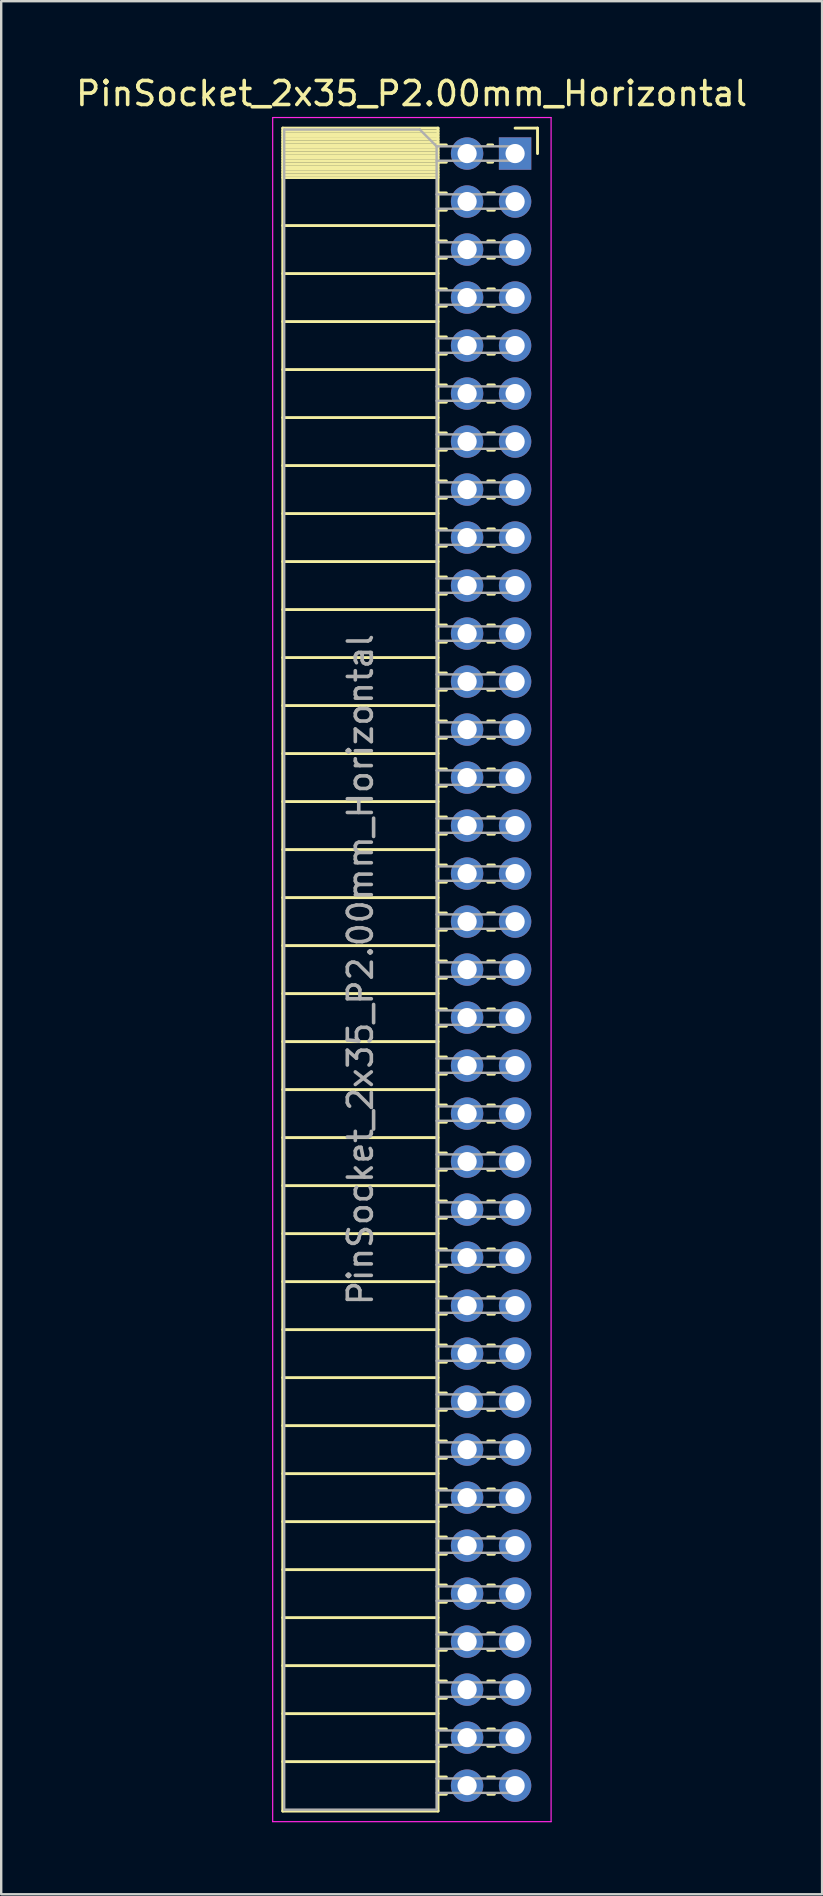
<source format=kicad_pcb>
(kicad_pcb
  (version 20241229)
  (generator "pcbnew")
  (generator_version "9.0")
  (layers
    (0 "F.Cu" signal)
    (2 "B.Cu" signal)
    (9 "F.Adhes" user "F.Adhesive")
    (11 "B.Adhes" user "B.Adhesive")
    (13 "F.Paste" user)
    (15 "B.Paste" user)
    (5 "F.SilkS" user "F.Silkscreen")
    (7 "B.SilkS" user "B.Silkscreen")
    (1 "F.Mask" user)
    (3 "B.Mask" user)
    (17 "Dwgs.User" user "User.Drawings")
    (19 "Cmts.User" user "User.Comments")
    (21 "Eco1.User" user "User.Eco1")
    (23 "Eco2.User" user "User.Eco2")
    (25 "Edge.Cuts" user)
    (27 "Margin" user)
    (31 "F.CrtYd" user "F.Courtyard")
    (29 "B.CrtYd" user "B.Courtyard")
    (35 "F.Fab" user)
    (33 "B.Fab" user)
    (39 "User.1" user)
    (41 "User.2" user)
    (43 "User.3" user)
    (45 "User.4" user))
  (footprint "PinSocket_2x35_P2.00mm_Horizontal"
    (layer "F.Cu")
    (at 18.411 3.348)
    (property "Reference" "PinSocket_2x35_P2.00mm_Horizontal" (at -4.31 -2.5 0) (layer "F.SilkS") (effects (font (size 1 1) (thickness 0.15))))
    (attr through_hole)
    (fp_line (start -9.68 -1.06) (end -9.68 69.06) (stroke (width 0.12) (type solid)) (layer "F.SilkS"))
    (fp_line (start -9.68 -1.06) (end -3.21 -1.06) (stroke (width 0.12) (type solid)) (layer "F.SilkS"))
    (fp_line (start -9.68 -0.94) (end -3.21 -0.94) (stroke (width 0.12) (type solid)) (layer "F.SilkS"))
    (fp_line (start -9.68 -0.826) (end -3.21 -0.826) (stroke (width 0.12) (type solid)) (layer "F.SilkS"))
    (fp_line (start -9.68 -0.712) (end -3.21 -0.712) (stroke (width 0.12) (type solid)) (layer "F.SilkS"))
    (fp_line (start -9.68 -0.598) (end -3.21 -0.598) (stroke (width 0.12) (type solid)) (layer "F.SilkS"))
    (fp_line (start -9.68 -0.484) (end -3.21 -0.484) (stroke (width 0.12) (type solid)) (layer "F.SilkS"))
    (fp_line (start -9.68 -0.369) (end -3.21 -0.369) (stroke (width 0.12) (type solid)) (layer "F.SilkS"))
    (fp_line (start -9.68 -0.255) (end -3.21 -0.255) (stroke (width 0.12) (type solid)) (layer "F.SilkS"))
    (fp_line (start -9.68 -0.141) (end -3.21 -0.141) (stroke (width 0.12) (type solid)) (layer "F.SilkS"))
    (fp_line (start -9.68 -0.027) (end -3.21 -0.027) (stroke (width 0.12) (type solid)) (layer "F.SilkS"))
    (fp_line (start -9.68 0.087) (end -3.21 0.087) (stroke (width 0.12) (type solid)) (layer "F.SilkS"))
    (fp_line (start -9.68 0.201) (end -3.21 0.201) (stroke (width 0.12) (type solid)) (layer "F.SilkS"))
    (fp_line (start -9.68 0.315) (end -3.21 0.315) (stroke (width 0.12) (type solid)) (layer "F.SilkS"))
    (fp_line (start -9.68 0.429) (end -3.21 0.429) (stroke (width 0.12) (type solid)) (layer "F.SilkS"))
    (fp_line (start -9.68 0.544) (end -3.21 0.544) (stroke (width 0.12) (type solid)) (layer "F.SilkS"))
    (fp_line (start -9.68 0.658) (end -3.21 0.658) (stroke (width 0.12) (type solid)) (layer "F.SilkS"))
    (fp_line (start -9.68 0.772) (end -3.21 0.772) (stroke (width 0.12) (type solid)) (layer "F.SilkS"))
    (fp_line (start -9.68 0.886) (end -3.21 0.886) (stroke (width 0.12) (type solid)) (layer "F.SilkS"))
    (fp_line (start -9.68 1) (end -3.21 1) (stroke (width 0.12) (type solid)) (layer "F.SilkS"))
    (fp_line (start -9.68 3) (end -3.21 3) (stroke (width 0.12) (type solid)) (layer "F.SilkS"))
    (fp_line (start -9.68 5) (end -3.21 5) (stroke (width 0.12) (type solid)) (layer "F.SilkS"))
    (fp_line (start -9.68 7) (end -3.21 7) (stroke (width 0.12) (type solid)) (layer "F.SilkS"))
    (fp_line (start -9.68 9) (end -3.21 9) (stroke (width 0.12) (type solid)) (layer "F.SilkS"))
    (fp_line (start -9.68 11) (end -3.21 11) (stroke (width 0.12) (type solid)) (layer "F.SilkS"))
    (fp_line (start -9.68 13) (end -3.21 13) (stroke (width 0.12) (type solid)) (layer "F.SilkS"))
    (fp_line (start -9.68 15) (end -3.21 15) (stroke (width 0.12) (type solid)) (layer "F.SilkS"))
    (fp_line (start -9.68 17) (end -3.21 17) (stroke (width 0.12) (type solid)) (layer "F.SilkS"))
    (fp_line (start -9.68 19) (end -3.21 19) (stroke (width 0.12) (type solid)) (layer "F.SilkS"))
    (fp_line (start -9.68 21) (end -3.21 21) (stroke (width 0.12) (type solid)) (layer "F.SilkS"))
    (fp_line (start -9.68 23) (end -3.21 23) (stroke (width 0.12) (type solid)) (layer "F.SilkS"))
    (fp_line (start -9.68 25) (end -3.21 25) (stroke (width 0.12) (type solid)) (layer "F.SilkS"))
    (fp_line (start -9.68 27) (end -3.21 27) (stroke (width 0.12) (type solid)) (layer "F.SilkS"))
    (fp_line (start -9.68 29) (end -3.21 29) (stroke (width 0.12) (type solid)) (layer "F.SilkS"))
    (fp_line (start -9.68 31) (end -3.21 31) (stroke (width 0.12) (type solid)) (layer "F.SilkS"))
    (fp_line (start -9.68 33) (end -3.21 33) (stroke (width 0.12) (type solid)) (layer "F.SilkS"))
    (fp_line (start -9.68 35) (end -3.21 35) (stroke (width 0.12) (type solid)) (layer "F.SilkS"))
    (fp_line (start -9.68 37) (end -3.21 37) (stroke (width 0.12) (type solid)) (layer "F.SilkS"))
    (fp_line (start -9.68 39) (end -3.21 39) (stroke (width 0.12) (type solid)) (layer "F.SilkS"))
    (fp_line (start -9.68 41) (end -3.21 41) (stroke (width 0.12) (type solid)) (layer "F.SilkS"))
    (fp_line (start -9.68 43) (end -3.21 43) (stroke (width 0.12) (type solid)) (layer "F.SilkS"))
    (fp_line (start -9.68 45) (end -3.21 45) (stroke (width 0.12) (type solid)) (layer "F.SilkS"))
    (fp_line (start -9.68 47) (end -3.21 47) (stroke (width 0.12) (type solid)) (layer "F.SilkS"))
    (fp_line (start -9.68 49) (end -3.21 49) (stroke (width 0.12) (type solid)) (layer "F.SilkS"))
    (fp_line (start -9.68 51) (end -3.21 51) (stroke (width 0.12) (type solid)) (layer "F.SilkS"))
    (fp_line (start -9.68 53) (end -3.21 53) (stroke (width 0.12) (type solid)) (layer "F.SilkS"))
    (fp_line (start -9.68 55) (end -3.21 55) (stroke (width 0.12) (type solid)) (layer "F.SilkS"))
    (fp_line (start -9.68 57) (end -3.21 57) (stroke (width 0.12) (type solid)) (layer "F.SilkS"))
    (fp_line (start -9.68 59) (end -3.21 59) (stroke (width 0.12) (type solid)) (layer "F.SilkS"))
    (fp_line (start -9.68 61) (end -3.21 61) (stroke (width 0.12) (type solid)) (layer "F.SilkS"))
    (fp_line (start -9.68 63) (end -3.21 63) (stroke (width 0.12) (type solid)) (layer "F.SilkS"))
    (fp_line (start -9.68 65) (end -3.21 65) (stroke (width 0.12) (type solid)) (layer "F.SilkS"))
    (fp_line (start -9.68 67) (end -3.21 67) (stroke (width 0.12) (type solid)) (layer "F.SilkS"))
    (fp_line (start -9.68 69.06) (end -3.21 69.06) (stroke (width 0.12) (type solid)) (layer "F.SilkS"))
    (fp_line (start -3.21 -1.06) (end -3.21 69.06) (stroke (width 0.12) (type solid)) (layer "F.SilkS"))
    (fp_line (start -3.21 -0.36) (end -2.863 -0.36) (stroke (width 0.12) (type solid)) (layer "F.SilkS"))
    (fp_line (start -3.21 0.36) (end -2.863 0.36) (stroke (width 0.12) (type solid)) (layer "F.SilkS"))
    (fp_line (start -3.21 1.64) (end -2.863 1.64) (stroke (width 0.12) (type solid)) (layer "F.SilkS"))
    (fp_line (start -3.21 2.36) (end -2.863 2.36) (stroke (width 0.12) (type solid)) (layer "F.SilkS"))
    (fp_line (start -3.21 3.64) (end -2.863 3.64) (stroke (width 0.12) (type solid)) (layer "F.SilkS"))
    (fp_line (start -3.21 4.36) (end -2.863 4.36) (stroke (width 0.12) (type solid)) (layer "F.SilkS"))
    (fp_line (start -3.21 5.64) (end -2.863 5.64) (stroke (width 0.12) (type solid)) (layer "F.SilkS"))
    (fp_line (start -3.21 6.36) (end -2.863 6.36) (stroke (width 0.12) (type solid)) (layer "F.SilkS"))
    (fp_line (start -3.21 7.64) (end -2.863 7.64) (stroke (width 0.12) (type solid)) (layer "F.SilkS"))
    (fp_line (start -3.21 8.36) (end -2.863 8.36) (stroke (width 0.12) (type solid)) (layer "F.SilkS"))
    (fp_line (start -3.21 9.64) (end -2.863 9.64) (stroke (width 0.12) (type solid)) (layer "F.SilkS"))
    (fp_line (start -3.21 10.36) (end -2.863 10.36) (stroke (width 0.12) (type solid)) (layer "F.SilkS"))
    (fp_line (start -3.21 11.64) (end -2.863 11.64) (stroke (width 0.12) (type solid)) (layer "F.SilkS"))
    (fp_line (start -3.21 12.36) (end -2.863 12.36) (stroke (width 0.12) (type solid)) (layer "F.SilkS"))
    (fp_line (start -3.21 13.64) (end -2.863 13.64) (stroke (width 0.12) (type solid)) (layer "F.SilkS"))
    (fp_line (start -3.21 14.36) (end -2.863 14.36) (stroke (width 0.12) (type solid)) (layer "F.SilkS"))
    (fp_line (start -3.21 15.64) (end -2.863 15.64) (stroke (width 0.12) (type solid)) (layer "F.SilkS"))
    (fp_line (start -3.21 16.36) (end -2.863 16.36) (stroke (width 0.12) (type solid)) (layer "F.SilkS"))
    (fp_line (start -3.21 17.64) (end -2.863 17.64) (stroke (width 0.12) (type solid)) (layer "F.SilkS"))
    (fp_line (start -3.21 18.36) (end -2.863 18.36) (stroke (width 0.12) (type solid)) (layer "F.SilkS"))
    (fp_line (start -3.21 19.64) (end -2.863 19.64) (stroke (width 0.12) (type solid)) (layer "F.SilkS"))
    (fp_line (start -3.21 20.36) (end -2.863 20.36) (stroke (width 0.12) (type solid)) (layer "F.SilkS"))
    (fp_line (start -3.21 21.64) (end -2.863 21.64) (stroke (width 0.12) (type solid)) (layer "F.SilkS"))
    (fp_line (start -3.21 22.36) (end -2.863 22.36) (stroke (width 0.12) (type solid)) (layer "F.SilkS"))
    (fp_line (start -3.21 23.64) (end -2.863 23.64) (stroke (width 0.12) (type solid)) (layer "F.SilkS"))
    (fp_line (start -3.21 24.36) (end -2.863 24.36) (stroke (width 0.12) (type solid)) (layer "F.SilkS"))
    (fp_line (start -3.21 25.64) (end -2.863 25.64) (stroke (width 0.12) (type solid)) (layer "F.SilkS"))
    (fp_line (start -3.21 26.36) (end -2.863 26.36) (stroke (width 0.12) (type solid)) (layer "F.SilkS"))
    (fp_line (start -3.21 27.64) (end -2.863 27.64) (stroke (width 0.12) (type solid)) (layer "F.SilkS"))
    (fp_line (start -3.21 28.36) (end -2.863 28.36) (stroke (width 0.12) (type solid)) (layer "F.SilkS"))
    (fp_line (start -3.21 29.64) (end -2.863 29.64) (stroke (width 0.12) (type solid)) (layer "F.SilkS"))
    (fp_line (start -3.21 30.36) (end -2.863 30.36) (stroke (width 0.12) (type solid)) (layer "F.SilkS"))
    (fp_line (start -3.21 31.64) (end -2.863 31.64) (stroke (width 0.12) (type solid)) (layer "F.SilkS"))
    (fp_line (start -3.21 32.36) (end -2.863 32.36) (stroke (width 0.12) (type solid)) (layer "F.SilkS"))
    (fp_line (start -3.21 33.64) (end -2.863 33.64) (stroke (width 0.12) (type solid)) (layer "F.SilkS"))
    (fp_line (start -3.21 34.36) (end -2.863 34.36) (stroke (width 0.12) (type solid)) (layer "F.SilkS"))
    (fp_line (start -3.21 35.64) (end -2.863 35.64) (stroke (width 0.12) (type solid)) (layer "F.SilkS"))
    (fp_line (start -3.21 36.36) (end -2.863 36.36) (stroke (width 0.12) (type solid)) (layer "F.SilkS"))
    (fp_line (start -3.21 37.64) (end -2.863 37.64) (stroke (width 0.12) (type solid)) (layer "F.SilkS"))
    (fp_line (start -3.21 38.36) (end -2.863 38.36) (stroke (width 0.12) (type solid)) (layer "F.SilkS"))
    (fp_line (start -3.21 39.64) (end -2.863 39.64) (stroke (width 0.12) (type solid)) (layer "F.SilkS"))
    (fp_line (start -3.21 40.36) (end -2.863 40.36) (stroke (width 0.12) (type solid)) (layer "F.SilkS"))
    (fp_line (start -3.21 41.64) (end -2.863 41.64) (stroke (width 0.12) (type solid)) (layer "F.SilkS"))
    (fp_line (start -3.21 42.36) (end -2.863 42.36) (stroke (width 0.12) (type solid)) (layer "F.SilkS"))
    (fp_line (start -3.21 43.64) (end -2.863 43.64) (stroke (width 0.12) (type solid)) (layer "F.SilkS"))
    (fp_line (start -3.21 44.36) (end -2.863 44.36) (stroke (width 0.12) (type solid)) (layer "F.SilkS"))
    (fp_line (start -3.21 45.64) (end -2.863 45.64) (stroke (width 0.12) (type solid)) (layer "F.SilkS"))
    (fp_line (start -3.21 46.36) (end -2.863 46.36) (stroke (width 0.12) (type solid)) (layer "F.SilkS"))
    (fp_line (start -3.21 47.64) (end -2.863 47.64) (stroke (width 0.12) (type solid)) (layer "F.SilkS"))
    (fp_line (start -3.21 48.36) (end -2.863 48.36) (stroke (width 0.12) (type solid)) (layer "F.SilkS"))
    (fp_line (start -3.21 49.64) (end -2.863 49.64) (stroke (width 0.12) (type solid)) (layer "F.SilkS"))
    (fp_line (start -3.21 50.36) (end -2.863 50.36) (stroke (width 0.12) (type solid)) (layer "F.SilkS"))
    (fp_line (start -3.21 51.64) (end -2.863 51.64) (stroke (width 0.12) (type solid)) (layer "F.SilkS"))
    (fp_line (start -3.21 52.36) (end -2.863 52.36) (stroke (width 0.12) (type solid)) (layer "F.SilkS"))
    (fp_line (start -3.21 53.64) (end -2.863 53.64) (stroke (width 0.12) (type solid)) (layer "F.SilkS"))
    (fp_line (start -3.21 54.36) (end -2.863 54.36) (stroke (width 0.12) (type solid)) (layer "F.SilkS"))
    (fp_line (start -3.21 55.64) (end -2.863 55.64) (stroke (width 0.12) (type solid)) (layer "F.SilkS"))
    (fp_line (start -3.21 56.36) (end -2.863 56.36) (stroke (width 0.12) (type solid)) (layer "F.SilkS"))
    (fp_line (start -3.21 57.64) (end -2.863 57.64) (stroke (width 0.12) (type solid)) (layer "F.SilkS"))
    (fp_line (start -3.21 58.36) (end -2.863 58.36) (stroke (width 0.12) (type solid)) (layer "F.SilkS"))
    (fp_line (start -3.21 59.64) (end -2.863 59.64) (stroke (width 0.12) (type solid)) (layer "F.SilkS"))
    (fp_line (start -3.21 60.36) (end -2.863 60.36) (stroke (width 0.12) (type solid)) (layer "F.SilkS"))
    (fp_line (start -3.21 61.64) (end -2.863 61.64) (stroke (width 0.12) (type solid)) (layer "F.SilkS"))
    (fp_line (start -3.21 62.36) (end -2.863 62.36) (stroke (width 0.12) (type solid)) (layer "F.SilkS"))
    (fp_line (start -3.21 63.64) (end -2.863 63.64) (stroke (width 0.12) (type solid)) (layer "F.SilkS"))
    (fp_line (start -3.21 64.36) (end -2.863 64.36) (stroke (width 0.12) (type solid)) (layer "F.SilkS"))
    (fp_line (start -3.21 65.64) (end -2.863 65.64) (stroke (width 0.12) (type solid)) (layer "F.SilkS"))
    (fp_line (start -3.21 66.36) (end -2.863 66.36) (stroke (width 0.12) (type solid)) (layer "F.SilkS"))
    (fp_line (start -3.21 67.64) (end -2.863 67.64) (stroke (width 0.12) (type solid)) (layer "F.SilkS"))
    (fp_line (start -3.21 68.36) (end -2.863 68.36) (stroke (width 0.12) (type solid)) (layer "F.SilkS"))
    (fp_line (start -1.137 -0.36) (end -0.935 -0.36) (stroke (width 0.12) (type solid)) (layer "F.SilkS"))
    (fp_line (start -1.137 0.36) (end -0.935 0.36) (stroke (width 0.12) (type solid)) (layer "F.SilkS"))
    (fp_line (start -1.137 1.64) (end -0.863 1.64) (stroke (width 0.12) (type solid)) (layer "F.SilkS"))
    (fp_line (start -1.137 2.36) (end -0.863 2.36) (stroke (width 0.12) (type solid)) (layer "F.SilkS"))
    (fp_line (start -1.137 3.64) (end -0.863 3.64) (stroke (width 0.12) (type solid)) (layer "F.SilkS"))
    (fp_line (start -1.137 4.36) (end -0.863 4.36) (stroke (width 0.12) (type solid)) (layer "F.SilkS"))
    (fp_line (start -1.137 5.64) (end -0.863 5.64) (stroke (width 0.12) (type solid)) (layer "F.SilkS"))
    (fp_line (start -1.137 6.36) (end -0.863 6.36) (stroke (width 0.12) (type solid)) (layer "F.SilkS"))
    (fp_line (start -1.137 7.64) (end -0.863 7.64) (stroke (width 0.12) (type solid)) (layer "F.SilkS"))
    (fp_line (start -1.137 8.36) (end -0.863 8.36) (stroke (width 0.12) (type solid)) (layer "F.SilkS"))
    (fp_line (start -1.137 9.64) (end -0.863 9.64) (stroke (width 0.12) (type solid)) (layer "F.SilkS"))
    (fp_line (start -1.137 10.36) (end -0.863 10.36) (stroke (width 0.12) (type solid)) (layer "F.SilkS"))
    (fp_line (start -1.137 11.64) (end -0.863 11.64) (stroke (width 0.12) (type solid)) (layer "F.SilkS"))
    (fp_line (start -1.137 12.36) (end -0.863 12.36) (stroke (width 0.12) (type solid)) (layer "F.SilkS"))
    (fp_line (start -1.137 13.64) (end -0.863 13.64) (stroke (width 0.12) (type solid)) (layer "F.SilkS"))
    (fp_line (start -1.137 14.36) (end -0.863 14.36) (stroke (width 0.12) (type solid)) (layer "F.SilkS"))
    (fp_line (start -1.137 15.64) (end -0.863 15.64) (stroke (width 0.12) (type solid)) (layer "F.SilkS"))
    (fp_line (start -1.137 16.36) (end -0.863 16.36) (stroke (width 0.12) (type solid)) (layer "F.SilkS"))
    (fp_line (start -1.137 17.64) (end -0.863 17.64) (stroke (width 0.12) (type solid)) (layer "F.SilkS"))
    (fp_line (start -1.137 18.36) (end -0.863 18.36) (stroke (width 0.12) (type solid)) (layer "F.SilkS"))
    (fp_line (start -1.137 19.64) (end -0.863 19.64) (stroke (width 0.12) (type solid)) (layer "F.SilkS"))
    (fp_line (start -1.137 20.36) (end -0.863 20.36) (stroke (width 0.12) (type solid)) (layer "F.SilkS"))
    (fp_line (start -1.137 21.64) (end -0.863 21.64) (stroke (width 0.12) (type solid)) (layer "F.SilkS"))
    (fp_line (start -1.137 22.36) (end -0.863 22.36) (stroke (width 0.12) (type solid)) (layer "F.SilkS"))
    (fp_line (start -1.137 23.64) (end -0.863 23.64) (stroke (width 0.12) (type solid)) (layer "F.SilkS"))
    (fp_line (start -1.137 24.36) (end -0.863 24.36) (stroke (width 0.12) (type solid)) (layer "F.SilkS"))
    (fp_line (start -1.137 25.64) (end -0.863 25.64) (stroke (width 0.12) (type solid)) (layer "F.SilkS"))
    (fp_line (start -1.137 26.36) (end -0.863 26.36) (stroke (width 0.12) (type solid)) (layer "F.SilkS"))
    (fp_line (start -1.137 27.64) (end -0.863 27.64) (stroke (width 0.12) (type solid)) (layer "F.SilkS"))
    (fp_line (start -1.137 28.36) (end -0.863 28.36) (stroke (width 0.12) (type solid)) (layer "F.SilkS"))
    (fp_line (start -1.137 29.64) (end -0.863 29.64) (stroke (width 0.12) (type solid)) (layer "F.SilkS"))
    (fp_line (start -1.137 30.36) (end -0.863 30.36) (stroke (width 0.12) (type solid)) (layer "F.SilkS"))
    (fp_line (start -1.137 31.64) (end -0.863 31.64) (stroke (width 0.12) (type solid)) (layer "F.SilkS"))
    (fp_line (start -1.137 32.36) (end -0.863 32.36) (stroke (width 0.12) (type solid)) (layer "F.SilkS"))
    (fp_line (start -1.137 33.64) (end -0.863 33.64) (stroke (width 0.12) (type solid)) (layer "F.SilkS"))
    (fp_line (start -1.137 34.36) (end -0.863 34.36) (stroke (width 0.12) (type solid)) (layer "F.SilkS"))
    (fp_line (start -1.137 35.64) (end -0.863 35.64) (stroke (width 0.12) (type solid)) (layer "F.SilkS"))
    (fp_line (start -1.137 36.36) (end -0.863 36.36) (stroke (width 0.12) (type solid)) (layer "F.SilkS"))
    (fp_line (start -1.137 37.64) (end -0.863 37.64) (stroke (width 0.12) (type solid)) (layer "F.SilkS"))
    (fp_line (start -1.137 38.36) (end -0.863 38.36) (stroke (width 0.12) (type solid)) (layer "F.SilkS"))
    (fp_line (start -1.137 39.64) (end -0.863 39.64) (stroke (width 0.12) (type solid)) (layer "F.SilkS"))
    (fp_line (start -1.137 40.36) (end -0.863 40.36) (stroke (width 0.12) (type solid)) (layer "F.SilkS"))
    (fp_line (start -1.137 41.64) (end -0.863 41.64) (stroke (width 0.12) (type solid)) (layer "F.SilkS"))
    (fp_line (start -1.137 42.36) (end -0.863 42.36) (stroke (width 0.12) (type solid)) (layer "F.SilkS"))
    (fp_line (start -1.137 43.64) (end -0.863 43.64) (stroke (width 0.12) (type solid)) (layer "F.SilkS"))
    (fp_line (start -1.137 44.36) (end -0.863 44.36) (stroke (width 0.12) (type solid)) (layer "F.SilkS"))
    (fp_line (start -1.137 45.64) (end -0.863 45.64) (stroke (width 0.12) (type solid)) (layer "F.SilkS"))
    (fp_line (start -1.137 46.36) (end -0.863 46.36) (stroke (width 0.12) (type solid)) (layer "F.SilkS"))
    (fp_line (start -1.137 47.64) (end -0.863 47.64) (stroke (width 0.12) (type solid)) (layer "F.SilkS"))
    (fp_line (start -1.137 48.36) (end -0.863 48.36) (stroke (width 0.12) (type solid)) (layer "F.SilkS"))
    (fp_line (start -1.137 49.64) (end -0.863 49.64) (stroke (width 0.12) (type solid)) (layer "F.SilkS"))
    (fp_line (start -1.137 50.36) (end -0.863 50.36) (stroke (width 0.12) (type solid)) (layer "F.SilkS"))
    (fp_line (start -1.137 51.64) (end -0.863 51.64) (stroke (width 0.12) (type solid)) (layer "F.SilkS"))
    (fp_line (start -1.137 52.36) (end -0.863 52.36) (stroke (width 0.12) (type solid)) (layer "F.SilkS"))
    (fp_line (start -1.137 53.64) (end -0.863 53.64) (stroke (width 0.12) (type solid)) (layer "F.SilkS"))
    (fp_line (start -1.137 54.36) (end -0.863 54.36) (stroke (width 0.12) (type solid)) (layer "F.SilkS"))
    (fp_line (start -1.137 55.64) (end -0.863 55.64) (stroke (width 0.12) (type solid)) (layer "F.SilkS"))
    (fp_line (start -1.137 56.36) (end -0.863 56.36) (stroke (width 0.12) (type solid)) (layer "F.SilkS"))
    (fp_line (start -1.137 57.64) (end -0.863 57.64) (stroke (width 0.12) (type solid)) (layer "F.SilkS"))
    (fp_line (start -1.137 58.36) (end -0.863 58.36) (stroke (width 0.12) (type solid)) (layer "F.SilkS"))
    (fp_line (start -1.137 59.64) (end -0.863 59.64) (stroke (width 0.12) (type solid)) (layer "F.SilkS"))
    (fp_line (start -1.137 60.36) (end -0.863 60.36) (stroke (width 0.12) (type solid)) (layer "F.SilkS"))
    (fp_line (start -1.137 61.64) (end -0.863 61.64) (stroke (width 0.12) (type solid)) (layer "F.SilkS"))
    (fp_line (start -1.137 62.36) (end -0.863 62.36) (stroke (width 0.12) (type solid)) (layer "F.SilkS"))
    (fp_line (start -1.137 63.64) (end -0.863 63.64) (stroke (width 0.12) (type solid)) (layer "F.SilkS"))
    (fp_line (start -1.137 64.36) (end -0.863 64.36) (stroke (width 0.12) (type solid)) (layer "F.SilkS"))
    (fp_line (start -1.137 65.64) (end -0.863 65.64) (stroke (width 0.12) (type solid)) (layer "F.SilkS"))
    (fp_line (start -1.137 66.36) (end -0.863 66.36) (stroke (width 0.12) (type solid)) (layer "F.SilkS"))
    (fp_line (start -1.137 67.64) (end -0.863 67.64) (stroke (width 0.12) (type solid)) (layer "F.SilkS"))
    (fp_line (start -1.137 68.36) (end -0.863 68.36) (stroke (width 0.12) (type solid)) (layer "F.SilkS"))
    (fp_line (start 0 -1.06) (end 0.935 -1.06) (stroke (width 0.12) (type solid)) (layer "F.SilkS"))
    (fp_line (start 0.935 -1.06) (end 0.935 0) (stroke (width 0.12) (type solid)) (layer "F.SilkS"))
    (fp_line (start -10.1 -1.5) (end -10.1 69.5) (stroke (width 0.05) (type solid)) (layer "F.CrtYd"))
    (fp_line (start -10.1 69.5) (end 1.5 69.5) (stroke (width 0.05) (type solid)) (layer "F.CrtYd"))
    (fp_line (start 1.5 -1.5) (end -10.1 -1.5) (stroke (width 0.05) (type solid)) (layer "F.CrtYd"))
    (fp_line (start 1.5 69.5) (end 1.5 -1.5) (stroke (width 0.05) (type solid)) (layer "F.CrtYd"))
    (fp_line (start -9.62 -1) (end -3.97 -1) (stroke (width 0.1) (type solid)) (layer "F.Fab"))
    (fp_line (start -9.62 69) (end -9.62 -1) (stroke (width 0.1) (type solid)) (layer "F.Fab"))
    (fp_line (start -3.97 -1) (end -3.27 -0.3) (stroke (width 0.1) (type solid)) (layer "F.Fab"))
    (fp_line (start -3.27 -0.3) (end -3.27 69) (stroke (width 0.1) (type solid)) (layer "F.Fab"))
    (fp_line (start -3.27 0.3) (end 0 0.3) (stroke (width 0.1) (type solid)) (layer "F.Fab"))
    (fp_line (start -3.27 2.3) (end 0 2.3) (stroke (width 0.1) (type solid)) (layer "F.Fab"))
    (fp_line (start -3.27 4.3) (end 0 4.3) (stroke (width 0.1) (type solid)) (layer "F.Fab"))
    (fp_line (start -3.27 6.3) (end 0 6.3) (stroke (width 0.1) (type solid)) (layer "F.Fab"))
    (fp_line (start -3.27 8.3) (end 0 8.3) (stroke (width 0.1) (type solid)) (layer "F.Fab"))
    (fp_line (start -3.27 10.3) (end 0 10.3) (stroke (width 0.1) (type solid)) (layer "F.Fab"))
    (fp_line (start -3.27 12.3) (end 0 12.3) (stroke (width 0.1) (type solid)) (layer "F.Fab"))
    (fp_line (start -3.27 14.3) (end 0 14.3) (stroke (width 0.1) (type solid)) (layer "F.Fab"))
    (fp_line (start -3.27 16.3) (end 0 16.3) (stroke (width 0.1) (type solid)) (layer "F.Fab"))
    (fp_line (start -3.27 18.3) (end 0 18.3) (stroke (width 0.1) (type solid)) (layer "F.Fab"))
    (fp_line (start -3.27 20.3) (end 0 20.3) (stroke (width 0.1) (type solid)) (layer "F.Fab"))
    (fp_line (start -3.27 22.3) (end 0 22.3) (stroke (width 0.1) (type solid)) (layer "F.Fab"))
    (fp_line (start -3.27 24.3) (end 0 24.3) (stroke (width 0.1) (type solid)) (layer "F.Fab"))
    (fp_line (start -3.27 26.3) (end 0 26.3) (stroke (width 0.1) (type solid)) (layer "F.Fab"))
    (fp_line (start -3.27 28.3) (end 0 28.3) (stroke (width 0.1) (type solid)) (layer "F.Fab"))
    (fp_line (start -3.27 30.3) (end 0 30.3) (stroke (width 0.1) (type solid)) (layer "F.Fab"))
    (fp_line (start -3.27 32.3) (end 0 32.3) (stroke (width 0.1) (type solid)) (layer "F.Fab"))
    (fp_line (start -3.27 34.3) (end 0 34.3) (stroke (width 0.1) (type solid)) (layer "F.Fab"))
    (fp_line (start -3.27 36.3) (end 0 36.3) (stroke (width 0.1) (type solid)) (layer "F.Fab"))
    (fp_line (start -3.27 38.3) (end 0 38.3) (stroke (width 0.1) (type solid)) (layer "F.Fab"))
    (fp_line (start -3.27 40.3) (end 0 40.3) (stroke (width 0.1) (type solid)) (layer "F.Fab"))
    (fp_line (start -3.27 42.3) (end 0 42.3) (stroke (width 0.1) (type solid)) (layer "F.Fab"))
    (fp_line (start -3.27 44.3) (end 0 44.3) (stroke (width 0.1) (type solid)) (layer "F.Fab"))
    (fp_line (start -3.27 46.3) (end 0 46.3) (stroke (width 0.1) (type solid)) (layer "F.Fab"))
    (fp_line (start -3.27 48.3) (end 0 48.3) (stroke (width 0.1) (type solid)) (layer "F.Fab"))
    (fp_line (start -3.27 50.3) (end 0 50.3) (stroke (width 0.1) (type solid)) (layer "F.Fab"))
    (fp_line (start -3.27 52.3) (end 0 52.3) (stroke (width 0.1) (type solid)) (layer "F.Fab"))
    (fp_line (start -3.27 54.3) (end 0 54.3) (stroke (width 0.1) (type solid)) (layer "F.Fab"))
    (fp_line (start -3.27 56.3) (end 0 56.3) (stroke (width 0.1) (type solid)) (layer "F.Fab"))
    (fp_line (start -3.27 58.3) (end 0 58.3) (stroke (width 0.1) (type solid)) (layer "F.Fab"))
    (fp_line (start -3.27 60.3) (end 0 60.3) (stroke (width 0.1) (type solid)) (layer "F.Fab"))
    (fp_line (start -3.27 62.3) (end 0 62.3) (stroke (width 0.1) (type solid)) (layer "F.Fab"))
    (fp_line (start -3.27 64.3) (end 0 64.3) (stroke (width 0.1) (type solid)) (layer "F.Fab"))
    (fp_line (start -3.27 66.3) (end 0 66.3) (stroke (width 0.1) (type solid)) (layer "F.Fab"))
    (fp_line (start -3.27 68.3) (end 0 68.3) (stroke (width 0.1) (type solid)) (layer "F.Fab"))
    (fp_line (start -3.27 69) (end -9.62 69) (stroke (width 0.1) (type solid)) (layer "F.Fab"))
    (fp_line (start 0 -0.3) (end -3.27 -0.3) (stroke (width 0.1) (type solid)) (layer "F.Fab"))
    (fp_line (start 0 0.3) (end 0 -0.3) (stroke (width 0.1) (type solid)) (layer "F.Fab"))
    (fp_line (start 0 1.7) (end -3.27 1.7) (stroke (width 0.1) (type solid)) (layer "F.Fab"))
    (fp_line (start 0 2.3) (end 0 1.7) (stroke (width 0.1) (type solid)) (layer "F.Fab"))
    (fp_line (start 0 3.7) (end -3.27 3.7) (stroke (width 0.1) (type solid)) (layer "F.Fab"))
    (fp_line (start 0 4.3) (end 0 3.7) (stroke (width 0.1) (type solid)) (layer "F.Fab"))
    (fp_line (start 0 5.7) (end -3.27 5.7) (stroke (width 0.1) (type solid)) (layer "F.Fab"))
    (fp_line (start 0 6.3) (end 0 5.7) (stroke (width 0.1) (type solid)) (layer "F.Fab"))
    (fp_line (start 0 7.7) (end -3.27 7.7) (stroke (width 0.1) (type solid)) (layer "F.Fab"))
    (fp_line (start 0 8.3) (end 0 7.7) (stroke (width 0.1) (type solid)) (layer "F.Fab"))
    (fp_line (start 0 9.7) (end -3.27 9.7) (stroke (width 0.1) (type solid)) (layer "F.Fab"))
    (fp_line (start 0 10.3) (end 0 9.7) (stroke (width 0.1) (type solid)) (layer "F.Fab"))
    (fp_line (start 0 11.7) (end -3.27 11.7) (stroke (width 0.1) (type solid)) (layer "F.Fab"))
    (fp_line (start 0 12.3) (end 0 11.7) (stroke (width 0.1) (type solid)) (layer "F.Fab"))
    (fp_line (start 0 13.7) (end -3.27 13.7) (stroke (width 0.1) (type solid)) (layer "F.Fab"))
    (fp_line (start 0 14.3) (end 0 13.7) (stroke (width 0.1) (type solid)) (layer "F.Fab"))
    (fp_line (start 0 15.7) (end -3.27 15.7) (stroke (width 0.1) (type solid)) (layer "F.Fab"))
    (fp_line (start 0 16.3) (end 0 15.7) (stroke (width 0.1) (type solid)) (layer "F.Fab"))
    (fp_line (start 0 17.7) (end -3.27 17.7) (stroke (width 0.1) (type solid)) (layer "F.Fab"))
    (fp_line (start 0 18.3) (end 0 17.7) (stroke (width 0.1) (type solid)) (layer "F.Fab"))
    (fp_line (start 0 19.7) (end -3.27 19.7) (stroke (width 0.1) (type solid)) (layer "F.Fab"))
    (fp_line (start 0 20.3) (end 0 19.7) (stroke (width 0.1) (type solid)) (layer "F.Fab"))
    (fp_line (start 0 21.7) (end -3.27 21.7) (stroke (width 0.1) (type solid)) (layer "F.Fab"))
    (fp_line (start 0 22.3) (end 0 21.7) (stroke (width 0.1) (type solid)) (layer "F.Fab"))
    (fp_line (start 0 23.7) (end -3.27 23.7) (stroke (width 0.1) (type solid)) (layer "F.Fab"))
    (fp_line (start 0 24.3) (end 0 23.7) (stroke (width 0.1) (type solid)) (layer "F.Fab"))
    (fp_line (start 0 25.7) (end -3.27 25.7) (stroke (width 0.1) (type solid)) (layer "F.Fab"))
    (fp_line (start 0 26.3) (end 0 25.7) (stroke (width 0.1) (type solid)) (layer "F.Fab"))
    (fp_line (start 0 27.7) (end -3.27 27.7) (stroke (width 0.1) (type solid)) (layer "F.Fab"))
    (fp_line (start 0 28.3) (end 0 27.7) (stroke (width 0.1) (type solid)) (layer "F.Fab"))
    (fp_line (start 0 29.7) (end -3.27 29.7) (stroke (width 0.1) (type solid)) (layer "F.Fab"))
    (fp_line (start 0 30.3) (end 0 29.7) (stroke (width 0.1) (type solid)) (layer "F.Fab"))
    (fp_line (start 0 31.7) (end -3.27 31.7) (stroke (width 0.1) (type solid)) (layer "F.Fab"))
    (fp_line (start 0 32.3) (end 0 31.7) (stroke (width 0.1) (type solid)) (layer "F.Fab"))
    (fp_line (start 0 33.7) (end -3.27 33.7) (stroke (width 0.1) (type solid)) (layer "F.Fab"))
    (fp_line (start 0 34.3) (end 0 33.7) (stroke (width 0.1) (type solid)) (layer "F.Fab"))
    (fp_line (start 0 35.7) (end -3.27 35.7) (stroke (width 0.1) (type solid)) (layer "F.Fab"))
    (fp_line (start 0 36.3) (end 0 35.7) (stroke (width 0.1) (type solid)) (layer "F.Fab"))
    (fp_line (start 0 37.7) (end -3.27 37.7) (stroke (width 0.1) (type solid)) (layer "F.Fab"))
    (fp_line (start 0 38.3) (end 0 37.7) (stroke (width 0.1) (type solid)) (layer "F.Fab"))
    (fp_line (start 0 39.7) (end -3.27 39.7) (stroke (width 0.1) (type solid)) (layer "F.Fab"))
    (fp_line (start 0 40.3) (end 0 39.7) (stroke (width 0.1) (type solid)) (layer "F.Fab"))
    (fp_line (start 0 41.7) (end -3.27 41.7) (stroke (width 0.1) (type solid)) (layer "F.Fab"))
    (fp_line (start 0 42.3) (end 0 41.7) (stroke (width 0.1) (type solid)) (layer "F.Fab"))
    (fp_line (start 0 43.7) (end -3.27 43.7) (stroke (width 0.1) (type solid)) (layer "F.Fab"))
    (fp_line (start 0 44.3) (end 0 43.7) (stroke (width 0.1) (type solid)) (layer "F.Fab"))
    (fp_line (start 0 45.7) (end -3.27 45.7) (stroke (width 0.1) (type solid)) (layer "F.Fab"))
    (fp_line (start 0 46.3) (end 0 45.7) (stroke (width 0.1) (type solid)) (layer "F.Fab"))
    (fp_line (start 0 47.7) (end -3.27 47.7) (stroke (width 0.1) (type solid)) (layer "F.Fab"))
    (fp_line (start 0 48.3) (end 0 47.7) (stroke (width 0.1) (type solid)) (layer "F.Fab"))
    (fp_line (start 0 49.7) (end -3.27 49.7) (stroke (width 0.1) (type solid)) (layer "F.Fab"))
    (fp_line (start 0 50.3) (end 0 49.7) (stroke (width 0.1) (type solid)) (layer "F.Fab"))
    (fp_line (start 0 51.7) (end -3.27 51.7) (stroke (width 0.1) (type solid)) (layer "F.Fab"))
    (fp_line (start 0 52.3) (end 0 51.7) (stroke (width 0.1) (type solid)) (layer "F.Fab"))
    (fp_line (start 0 53.7) (end -3.27 53.7) (stroke (width 0.1) (type solid)) (layer "F.Fab"))
    (fp_line (start 0 54.3) (end 0 53.7) (stroke (width 0.1) (type solid)) (layer "F.Fab"))
    (fp_line (start 0 55.7) (end -3.27 55.7) (stroke (width 0.1) (type solid)) (layer "F.Fab"))
    (fp_line (start 0 56.3) (end 0 55.7) (stroke (width 0.1) (type solid)) (layer "F.Fab"))
    (fp_line (start 0 57.7) (end -3.27 57.7) (stroke (width 0.1) (type solid)) (layer "F.Fab"))
    (fp_line (start 0 58.3) (end 0 57.7) (stroke (width 0.1) (type solid)) (layer "F.Fab"))
    (fp_line (start 0 59.7) (end -3.27 59.7) (stroke (width 0.1) (type solid)) (layer "F.Fab"))
    (fp_line (start 0 60.3) (end 0 59.7) (stroke (width 0.1) (type solid)) (layer "F.Fab"))
    (fp_line (start 0 61.7) (end -3.27 61.7) (stroke (width 0.1) (type solid)) (layer "F.Fab"))
    (fp_line (start 0 62.3) (end 0 61.7) (stroke (width 0.1) (type solid)) (layer "F.Fab"))
    (fp_line (start 0 63.7) (end -3.27 63.7) (stroke (width 0.1) (type solid)) (layer "F.Fab"))
    (fp_line (start 0 64.3) (end 0 63.7) (stroke (width 0.1) (type solid)) (layer "F.Fab"))
    (fp_line (start 0 65.7) (end -3.27 65.7) (stroke (width 0.1) (type solid)) (layer "F.Fab"))
    (fp_line (start 0 66.3) (end 0 65.7) (stroke (width 0.1) (type solid)) (layer "F.Fab"))
    (fp_line (start 0 67.7) (end -3.27 67.7) (stroke (width 0.1) (type solid)) (layer "F.Fab"))
    (fp_line (start 0 68.3) (end 0 67.7) (stroke (width 0.1) (type solid)) (layer "F.Fab"))
    (fp_text user "${REFERENCE}" (at -6.445 34 90) (layer "F.Fab") (effects (font (size 1 1) (thickness 0.15))))
    (pad "1" thru_hole rect (at 0 0) (size 1.35 1.35) (drill 0.8) (layers "*.Cu" "*.Mask"))
    (pad "2" thru_hole circle (at -2 0) (size 1.35 1.35) (drill 0.8) (layers "*.Cu" "*.Mask"))
    (pad "3" thru_hole circle (at 0 2) (size 1.35 1.35) (drill 0.8) (layers "*.Cu" "*.Mask"))
    (pad "4" thru_hole circle (at -2 2) (size 1.35 1.35) (drill 0.8) (layers "*.Cu" "*.Mask"))
    (pad "5" thru_hole circle (at 0 4) (size 1.35 1.35) (drill 0.8) (layers "*.Cu" "*.Mask"))
    (pad "6" thru_hole circle (at -2 4) (size 1.35 1.35) (drill 0.8) (layers "*.Cu" "*.Mask"))
    (pad "7" thru_hole circle (at 0 6) (size 1.35 1.35) (drill 0.8) (layers "*.Cu" "*.Mask"))
    (pad "8" thru_hole circle (at -2 6) (size 1.35 1.35) (drill 0.8) (layers "*.Cu" "*.Mask"))
    (pad "9" thru_hole circle (at 0 8) (size 1.35 1.35) (drill 0.8) (layers "*.Cu" "*.Mask"))
    (pad "10" thru_hole circle (at -2 8) (size 1.35 1.35) (drill 0.8) (layers "*.Cu" "*.Mask"))
    (pad "11" thru_hole circle (at 0 10) (size 1.35 1.35) (drill 0.8) (layers "*.Cu" "*.Mask"))
    (pad "12" thru_hole circle (at -2 10) (size 1.35 1.35) (drill 0.8) (layers "*.Cu" "*.Mask"))
    (pad "13" thru_hole circle (at 0 12) (size 1.35 1.35) (drill 0.8) (layers "*.Cu" "*.Mask"))
    (pad "14" thru_hole circle (at -2 12) (size 1.35 1.35) (drill 0.8) (layers "*.Cu" "*.Mask"))
    (pad "15" thru_hole circle (at 0 14) (size 1.35 1.35) (drill 0.8) (layers "*.Cu" "*.Mask"))
    (pad "16" thru_hole circle (at -2 14) (size 1.35 1.35) (drill 0.8) (layers "*.Cu" "*.Mask"))
    (pad "17" thru_hole circle (at 0 16) (size 1.35 1.35) (drill 0.8) (layers "*.Cu" "*.Mask"))
    (pad "18" thru_hole circle (at -2 16) (size 1.35 1.35) (drill 0.8) (layers "*.Cu" "*.Mask"))
    (pad "19" thru_hole circle (at 0 18) (size 1.35 1.35) (drill 0.8) (layers "*.Cu" "*.Mask"))
    (pad "20" thru_hole circle (at -2 18) (size 1.35 1.35) (drill 0.8) (layers "*.Cu" "*.Mask"))
    (pad "21" thru_hole circle (at 0 20) (size 1.35 1.35) (drill 0.8) (layers "*.Cu" "*.Mask"))
    (pad "22" thru_hole circle (at -2 20) (size 1.35 1.35) (drill 0.8) (layers "*.Cu" "*.Mask"))
    (pad "23" thru_hole circle (at 0 22) (size 1.35 1.35) (drill 0.8) (layers "*.Cu" "*.Mask"))
    (pad "24" thru_hole circle (at -2 22) (size 1.35 1.35) (drill 0.8) (layers "*.Cu" "*.Mask"))
    (pad "25" thru_hole circle (at 0 24) (size 1.35 1.35) (drill 0.8) (layers "*.Cu" "*.Mask"))
    (pad "26" thru_hole circle (at -2 24) (size 1.35 1.35) (drill 0.8) (layers "*.Cu" "*.Mask"))
    (pad "27" thru_hole circle (at 0 26) (size 1.35 1.35) (drill 0.8) (layers "*.Cu" "*.Mask"))
    (pad "28" thru_hole circle (at -2 26) (size 1.35 1.35) (drill 0.8) (layers "*.Cu" "*.Mask"))
    (pad "29" thru_hole circle (at 0 28) (size 1.35 1.35) (drill 0.8) (layers "*.Cu" "*.Mask"))
    (pad "30" thru_hole circle (at -2 28) (size 1.35 1.35) (drill 0.8) (layers "*.Cu" "*.Mask"))
    (pad "31" thru_hole circle (at 0 30) (size 1.35 1.35) (drill 0.8) (layers "*.Cu" "*.Mask"))
    (pad "32" thru_hole circle (at -2 30) (size 1.35 1.35) (drill 0.8) (layers "*.Cu" "*.Mask"))
    (pad "33" thru_hole circle (at 0 32) (size 1.35 1.35) (drill 0.8) (layers "*.Cu" "*.Mask"))
    (pad "34" thru_hole circle (at -2 32) (size 1.35 1.35) (drill 0.8) (layers "*.Cu" "*.Mask"))
    (pad "35" thru_hole circle (at 0 34) (size 1.35 1.35) (drill 0.8) (layers "*.Cu" "*.Mask"))
    (pad "36" thru_hole circle (at -2 34) (size 1.35 1.35) (drill 0.8) (layers "*.Cu" "*.Mask"))
    (pad "37" thru_hole circle (at 0 36) (size 1.35 1.35) (drill 0.8) (layers "*.Cu" "*.Mask"))
    (pad "38" thru_hole circle (at -2 36) (size 1.35 1.35) (drill 0.8) (layers "*.Cu" "*.Mask"))
    (pad "39" thru_hole circle (at 0 38) (size 1.35 1.35) (drill 0.8) (layers "*.Cu" "*.Mask"))
    (pad "40" thru_hole circle (at -2 38) (size 1.35 1.35) (drill 0.8) (layers "*.Cu" "*.Mask"))
    (pad "41" thru_hole circle (at 0 40) (size 1.35 1.35) (drill 0.8) (layers "*.Cu" "*.Mask"))
    (pad "42" thru_hole circle (at -2 40) (size 1.35 1.35) (drill 0.8) (layers "*.Cu" "*.Mask"))
    (pad "43" thru_hole circle (at 0 42) (size 1.35 1.35) (drill 0.8) (layers "*.Cu" "*.Mask"))
    (pad "44" thru_hole circle (at -2 42) (size 1.35 1.35) (drill 0.8) (layers "*.Cu" "*.Mask"))
    (pad "45" thru_hole circle (at 0 44) (size 1.35 1.35) (drill 0.8) (layers "*.Cu" "*.Mask"))
    (pad "46" thru_hole circle (at -2 44) (size 1.35 1.35) (drill 0.8) (layers "*.Cu" "*.Mask"))
    (pad "47" thru_hole circle (at 0 46) (size 1.35 1.35) (drill 0.8) (layers "*.Cu" "*.Mask"))
    (pad "48" thru_hole circle (at -2 46) (size 1.35 1.35) (drill 0.8) (layers "*.Cu" "*.Mask"))
    (pad "49" thru_hole circle (at 0 48) (size 1.35 1.35) (drill 0.8) (layers "*.Cu" "*.Mask"))
    (pad "50" thru_hole circle (at -2 48) (size 1.35 1.35) (drill 0.8) (layers "*.Cu" "*.Mask"))
    (pad "51" thru_hole circle (at 0 50) (size 1.35 1.35) (drill 0.8) (layers "*.Cu" "*.Mask"))
    (pad "52" thru_hole circle (at -2 50) (size 1.35 1.35) (drill 0.8) (layers "*.Cu" "*.Mask"))
    (pad "53" thru_hole circle (at 0 52) (size 1.35 1.35) (drill 0.8) (layers "*.Cu" "*.Mask"))
    (pad "54" thru_hole circle (at -2 52) (size 1.35 1.35) (drill 0.8) (layers "*.Cu" "*.Mask"))
    (pad "55" thru_hole circle (at 0 54) (size 1.35 1.35) (drill 0.8) (layers "*.Cu" "*.Mask"))
    (pad "56" thru_hole circle (at -2 54) (size 1.35 1.35) (drill 0.8) (layers "*.Cu" "*.Mask"))
    (pad "57" thru_hole circle (at 0 56) (size 1.35 1.35) (drill 0.8) (layers "*.Cu" "*.Mask"))
    (pad "58" thru_hole circle (at -2 56) (size 1.35 1.35) (drill 0.8) (layers "*.Cu" "*.Mask"))
    (pad "59" thru_hole circle (at 0 58) (size 1.35 1.35) (drill 0.8) (layers "*.Cu" "*.Mask"))
    (pad "60" thru_hole circle (at -2 58) (size 1.35 1.35) (drill 0.8) (layers "*.Cu" "*.Mask"))
    (pad "61" thru_hole circle (at 0 60) (size 1.35 1.35) (drill 0.8) (layers "*.Cu" "*.Mask"))
    (pad "62" thru_hole circle (at -2 60) (size 1.35 1.35) (drill 0.8) (layers "*.Cu" "*.Mask"))
    (pad "63" thru_hole circle (at 0 62) (size 1.35 1.35) (drill 0.8) (layers "*.Cu" "*.Mask"))
    (pad "64" thru_hole circle (at -2 62) (size 1.35 1.35) (drill 0.8) (layers "*.Cu" "*.Mask"))
    (pad "65" thru_hole circle (at 0 64) (size 1.35 1.35) (drill 0.8) (layers "*.Cu" "*.Mask"))
    (pad "66" thru_hole circle (at -2 64) (size 1.35 1.35) (drill 0.8) (layers "*.Cu" "*.Mask"))
    (pad "67" thru_hole circle (at 0 66) (size 1.35 1.35) (drill 0.8) (layers "*.Cu" "*.Mask"))
    (pad "68" thru_hole circle (at -2 66) (size 1.35 1.35) (drill 0.8) (layers "*.Cu" "*.Mask"))
    (pad "69" thru_hole circle (at 0 68) (size 1.35 1.35) (drill 0.8) (layers "*.Cu" "*.Mask"))
    (pad "70" thru_hole circle (at -2 68) (size 1.35 1.35) (drill 0.8) (layers "*.Cu" "*.Mask")))
  (gr_rect
    (start -3 -3)
    (end 31.202 75.873)
    (stroke (width 0.1) (type default))
    (fill no)
    (layer "Edge.Cuts")))
</source>
